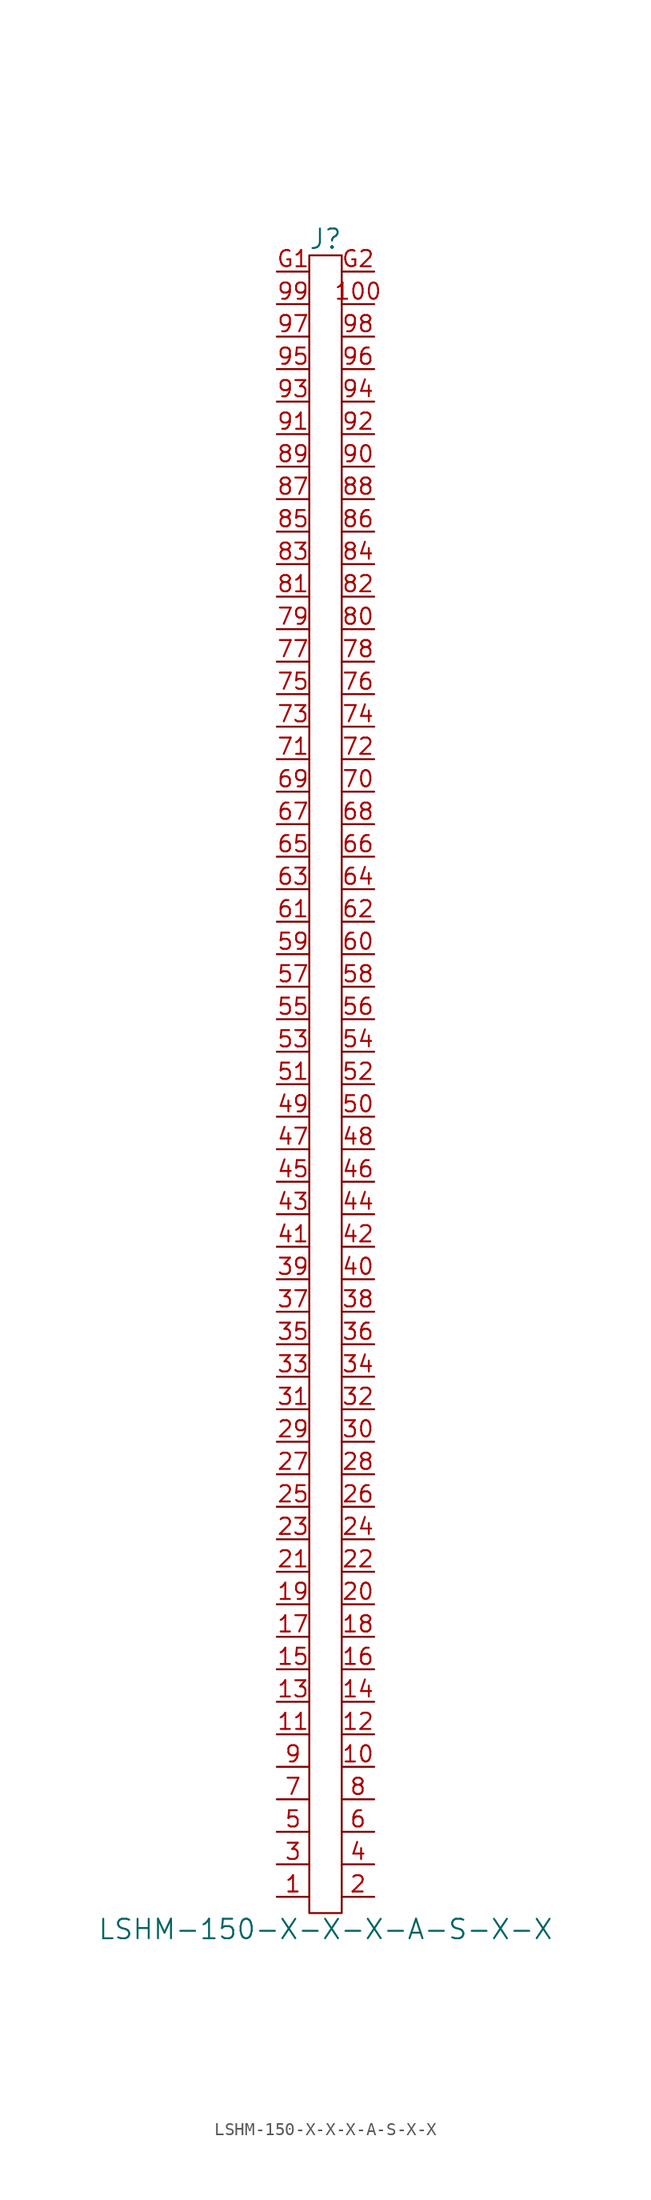
<source format=kicad_sym>
(kicad_symbol_lib
  (version 20241209)
  (generator "kicad_symbol_editor")
  (generator_version "9.0")
  (symbol "LSHM-150-X-X-X-A-S-X-X"
    (property "Reference" "J"
      (at 0 66.04 0)
      (effects (font (size 1.524 1.524))))
    (property "Value" "LSHM-150-X-X-X-A-S-X-X"
      (at 0 -66.04 0)
      (effects (font (size 1.524 1.524))))
    (symbol "LSHM-150-X-X-X-A-S-X-X_0_1"
      (rectangle (start -1.27 64.77) (end 1.27 -64.77) (stroke (width 0) (type default)) (fill (type none))))
    (symbol "LSHM-150-X-X-X-A-S-X-X_1_1"
      (pin passive line (at -3.81 63.5 0) (length 2.54) (name "~" (effects (font (size 1.27 1.27)))) (number "G1" (effects (font (size 1.27 1.27)))))
      (pin passive line (at -3.81 60.96 0) (length 2.54) (name "~" (effects (font (size 1.27 1.27)))) (number "99" (effects (font (size 1.27 1.27)))))
      (pin passive line (at -3.81 58.42 0) (length 2.54) (name "~" (effects (font (size 1.27 1.27)))) (number "97" (effects (font (size 1.27 1.27)))))
      (pin passive line (at -3.81 55.88 0) (length 2.54) (name "~" (effects (font (size 1.27 1.27)))) (number "95" (effects (font (size 1.27 1.27)))))
      (pin passive line (at -3.81 53.34 0) (length 2.54) (name "~" (effects (font (size 1.27 1.27)))) (number "93" (effects (font (size 1.27 1.27)))))
      (pin passive line (at -3.81 50.8 0) (length 2.54) (name "~" (effects (font (size 1.27 1.27)))) (number "91" (effects (font (size 1.27 1.27)))))
      (pin passive line (at -3.81 48.26 0) (length 2.54) (name "~" (effects (font (size 1.27 1.27)))) (number "89" (effects (font (size 1.27 1.27)))))
      (pin passive line (at -3.81 45.72 0) (length 2.54) (name "~" (effects (font (size 1.27 1.27)))) (number "87" (effects (font (size 1.27 1.27)))))
      (pin passive line (at -3.81 43.18 0) (length 2.54) (name "~" (effects (font (size 1.27 1.27)))) (number "85" (effects (font (size 1.27 1.27)))))
      (pin passive line (at -3.81 40.64 0) (length 2.54) (name "~" (effects (font (size 1.27 1.27)))) (number "83" (effects (font (size 1.27 1.27)))))
      (pin passive line (at -3.81 38.1 0) (length 2.54) (name "~" (effects (font (size 1.27 1.27)))) (number "81" (effects (font (size 1.27 1.27)))))
      (pin passive line (at -3.81 35.56 0) (length 2.54) (name "~" (effects (font (size 1.27 1.27)))) (number "79" (effects (font (size 1.27 1.27)))))
      (pin passive line (at -3.81 33.02 0) (length 2.54) (name "~" (effects (font (size 1.27 1.27)))) (number "77" (effects (font (size 1.27 1.27)))))
      (pin passive line (at -3.81 30.48 0) (length 2.54) (name "~" (effects (font (size 1.27 1.27)))) (number "75" (effects (font (size 1.27 1.27)))))
      (pin passive line (at -3.81 27.94 0) (length 2.54) (name "~" (effects (font (size 1.27 1.27)))) (number "73" (effects (font (size 1.27 1.27)))))
      (pin passive line (at -3.81 25.4 0) (length 2.54) (name "~" (effects (font (size 1.27 1.27)))) (number "71" (effects (font (size 1.27 1.27)))))
      (pin passive line (at -3.81 22.86 0) (length 2.54) (name "~" (effects (font (size 1.27 1.27)))) (number "69" (effects (font (size 1.27 1.27)))))
      (pin passive line (at -3.81 20.32 0) (length 2.54) (name "~" (effects (font (size 1.27 1.27)))) (number "67" (effects (font (size 1.27 1.27)))))
      (pin passive line (at -3.81 17.78 0) (length 2.54) (name "~" (effects (font (size 1.27 1.27)))) (number "65" (effects (font (size 1.27 1.27)))))
      (pin passive line (at -3.81 15.24 0) (length 2.54) (name "~" (effects (font (size 1.27 1.27)))) (number "63" (effects (font (size 1.27 1.27)))))
      (pin passive line (at -3.81 12.7 0) (length 2.54) (name "~" (effects (font (size 1.27 1.27)))) (number "61" (effects (font (size 1.27 1.27)))))
      (pin passive line (at -3.81 10.16 0) (length 2.54) (name "~" (effects (font (size 1.27 1.27)))) (number "59" (effects (font (size 1.27 1.27)))))
      (pin passive line (at -3.81 7.62 0) (length 2.54) (name "~" (effects (font (size 1.27 1.27)))) (number "57" (effects (font (size 1.27 1.27)))))
      (pin passive line (at -3.81 5.08 0) (length 2.54) (name "~" (effects (font (size 1.27 1.27)))) (number "55" (effects (font (size 1.27 1.27)))))
      (pin passive line (at -3.81 2.54 0) (length 2.54) (name "~" (effects (font (size 1.27 1.27)))) (number "53" (effects (font (size 1.27 1.27)))))
      (pin passive line (at -3.81 0 0) (length 2.54) (name "~" (effects (font (size 1.27 1.27)))) (number "51" (effects (font (size 1.27 1.27)))))
      (pin passive line (at -3.81 -2.54 0) (length 2.54) (name "~" (effects (font (size 1.27 1.27)))) (number "49" (effects (font (size 1.27 1.27)))))
      (pin passive line (at -3.81 -5.08 0) (length 2.54) (name "~" (effects (font (size 1.27 1.27)))) (number "47" (effects (font (size 1.27 1.27)))))
      (pin passive line (at -3.81 -7.62 0) (length 2.54) (name "~" (effects (font (size 1.27 1.27)))) (number "45" (effects (font (size 1.27 1.27)))))
      (pin passive line (at -3.81 -10.16 0) (length 2.54) (name "~" (effects (font (size 1.27 1.27)))) (number "43" (effects (font (size 1.27 1.27)))))
      (pin passive line (at -3.81 -12.7 0) (length 2.54) (name "~" (effects (font (size 1.27 1.27)))) (number "41" (effects (font (size 1.27 1.27)))))
      (pin passive line (at -3.81 -15.24 0) (length 2.54) (name "~" (effects (font (size 1.27 1.27)))) (number "39" (effects (font (size 1.27 1.27)))))
      (pin passive line (at -3.81 -17.78 0) (length 2.54) (name "~" (effects (font (size 1.27 1.27)))) (number "37" (effects (font (size 1.27 1.27)))))
      (pin passive line (at -3.81 -20.32 0) (length 2.54) (name "~" (effects (font (size 1.27 1.27)))) (number "35" (effects (font (size 1.27 1.27)))))
      (pin passive line (at -3.81 -22.86 0) (length 2.54) (name "~" (effects (font (size 1.27 1.27)))) (number "33" (effects (font (size 1.27 1.27)))))
      (pin passive line (at -3.81 -25.4 0) (length 2.54) (name "~" (effects (font (size 1.27 1.27)))) (number "31" (effects (font (size 1.27 1.27)))))
      (pin passive line (at -3.81 -27.94 0) (length 2.54) (name "~" (effects (font (size 1.27 1.27)))) (number "29" (effects (font (size 1.27 1.27)))))
      (pin passive line (at -3.81 -30.48 0) (length 2.54) (name "~" (effects (font (size 1.27 1.27)))) (number "27" (effects (font (size 1.27 1.27)))))
      (pin passive line (at -3.81 -33.02 0) (length 2.54) (name "~" (effects (font (size 1.27 1.27)))) (number "25" (effects (font (size 1.27 1.27)))))
      (pin passive line (at -3.81 -35.56 0) (length 2.54) (name "~" (effects (font (size 1.27 1.27)))) (number "23" (effects (font (size 1.27 1.27)))))
      (pin passive line (at -3.81 -38.1 0) (length 2.54) (name "~" (effects (font (size 1.27 1.27)))) (number "21" (effects (font (size 1.27 1.27)))))
      (pin passive line (at -3.81 -40.64 0) (length 2.54) (name "~" (effects (font (size 1.27 1.27)))) (number "19" (effects (font (size 1.27 1.27)))))
      (pin passive line (at -3.81 -43.18 0) (length 2.54) (name "~" (effects (font (size 1.27 1.27)))) (number "17" (effects (font (size 1.27 1.27)))))
      (pin passive line (at -3.81 -45.72 0) (length 2.54) (name "~" (effects (font (size 1.27 1.27)))) (number "15" (effects (font (size 1.27 1.27)))))
      (pin passive line (at -3.81 -48.26 0) (length 2.54) (name "~" (effects (font (size 1.27 1.27)))) (number "13" (effects (font (size 1.27 1.27)))))
      (pin passive line (at -3.81 -50.8 0) (length 2.54) (name "~" (effects (font (size 1.27 1.27)))) (number "11" (effects (font (size 1.27 1.27)))))
      (pin passive line (at -3.81 -53.34 0) (length 2.54) (name "~" (effects (font (size 1.27 1.27)))) (number "9" (effects (font (size 1.27 1.27)))))
      (pin passive line (at -3.81 -55.88 0) (length 2.54) (name "~" (effects (font (size 1.27 1.27)))) (number "7" (effects (font (size 1.27 1.27)))))
      (pin passive line (at -3.81 -58.42 0) (length 2.54) (name "~" (effects (font (size 1.27 1.27)))) (number "5" (effects (font (size 1.27 1.27)))))
      (pin passive line (at -3.81 -60.96 0) (length 2.54) (name "~" (effects (font (size 1.27 1.27)))) (number "3" (effects (font (size 1.27 1.27)))))
      (pin passive line (at -3.81 -63.5 0) (length 2.54) (name "~" (effects (font (size 1.27 1.27)))) (number "1" (effects (font (size 1.27 1.27)))))
      (pin passive line (at 3.81 63.5 180) (length 2.54) (name "~" (effects (font (size 1.27 1.27)))) (number "G2" (effects (font (size 1.27 1.27)))))
      (pin passive line (at 3.81 60.96 180) (length 2.54) (name "~" (effects (font (size 1.27 1.27)))) (number "100" (effects (font (size 1.27 1.27)))))
      (pin passive line (at 3.81 58.42 180) (length 2.54) (name "~" (effects (font (size 1.27 1.27)))) (number "98" (effects (font (size 1.27 1.27)))))
      (pin passive line (at 3.81 55.88 180) (length 2.54) (name "~" (effects (font (size 1.27 1.27)))) (number "96" (effects (font (size 1.27 1.27)))))
      (pin passive line (at 3.81 53.34 180) (length 2.54) (name "~" (effects (font (size 1.27 1.27)))) (number "94" (effects (font (size 1.27 1.27)))))
      (pin passive line (at 3.81 50.8 180) (length 2.54) (name "~" (effects (font (size 1.27 1.27)))) (number "92" (effects (font (size 1.27 1.27)))))
      (pin passive line (at 3.81 48.26 180) (length 2.54) (name "~" (effects (font (size 1.27 1.27)))) (number "90" (effects (font (size 1.27 1.27)))))
      (pin passive line (at 3.81 45.72 180) (length 2.54) (name "~" (effects (font (size 1.27 1.27)))) (number "88" (effects (font (size 1.27 1.27)))))
      (pin passive line (at 3.81 43.18 180) (length 2.54) (name "~" (effects (font (size 1.27 1.27)))) (number "86" (effects (font (size 1.27 1.27)))))
      (pin passive line (at 3.81 40.64 180) (length 2.54) (name "~" (effects (font (size 1.27 1.27)))) (number "84" (effects (font (size 1.27 1.27)))))
      (pin passive line (at 3.81 38.1 180) (length 2.54) (name "~" (effects (font (size 1.27 1.27)))) (number "82" (effects (font (size 1.27 1.27)))))
      (pin passive line (at 3.81 35.56 180) (length 2.54) (name "~" (effects (font (size 1.27 1.27)))) (number "80" (effects (font (size 1.27 1.27)))))
      (pin passive line (at 3.81 33.02 180) (length 2.54) (name "~" (effects (font (size 1.27 1.27)))) (number "78" (effects (font (size 1.27 1.27)))))
      (pin passive line (at 3.81 30.48 180) (length 2.54) (name "~" (effects (font (size 1.27 1.27)))) (number "76" (effects (font (size 1.27 1.27)))))
      (pin passive line (at 3.81 27.94 180) (length 2.54) (name "~" (effects (font (size 1.27 1.27)))) (number "74" (effects (font (size 1.27 1.27)))))
      (pin passive line (at 3.81 25.4 180) (length 2.54) (name "~" (effects (font (size 1.27 1.27)))) (number "72" (effects (font (size 1.27 1.27)))))
      (pin passive line (at 3.81 22.86 180) (length 2.54) (name "~" (effects (font (size 1.27 1.27)))) (number "70" (effects (font (size 1.27 1.27)))))
      (pin passive line (at 3.81 20.32 180) (length 2.54) (name "~" (effects (font (size 1.27 1.27)))) (number "68" (effects (font (size 1.27 1.27)))))
      (pin passive line (at 3.81 17.78 180) (length 2.54) (name "~" (effects (font (size 1.27 1.27)))) (number "66" (effects (font (size 1.27 1.27)))))
      (pin passive line (at 3.81 15.24 180) (length 2.54) (name "~" (effects (font (size 1.27 1.27)))) (number "64" (effects (font (size 1.27 1.27)))))
      (pin passive line (at 3.81 12.7 180) (length 2.54) (name "~" (effects (font (size 1.27 1.27)))) (number "62" (effects (font (size 1.27 1.27)))))
      (pin passive line (at 3.81 10.16 180) (length 2.54) (name "~" (effects (font (size 1.27 1.27)))) (number "60" (effects (font (size 1.27 1.27)))))
      (pin passive line (at 3.81 7.62 180) (length 2.54) (name "~" (effects (font (size 1.27 1.27)))) (number "58" (effects (font (size 1.27 1.27)))))
      (pin passive line (at 3.81 5.08 180) (length 2.54) (name "~" (effects (font (size 1.27 1.27)))) (number "56" (effects (font (size 1.27 1.27)))))
      (pin passive line (at 3.81 2.54 180) (length 2.54) (name "~" (effects (font (size 1.27 1.27)))) (number "54" (effects (font (size 1.27 1.27)))))
      (pin passive line (at 3.81 0 180) (length 2.54) (name "~" (effects (font (size 1.27 1.27)))) (number "52" (effects (font (size 1.27 1.27)))))
      (pin passive line (at 3.81 -2.54 180) (length 2.54) (name "~" (effects (font (size 1.27 1.27)))) (number "50" (effects (font (size 1.27 1.27)))))
      (pin passive line (at 3.81 -5.08 180) (length 2.54) (name "~" (effects (font (size 1.27 1.27)))) (number "48" (effects (font (size 1.27 1.27)))))
      (pin passive line (at 3.81 -7.62 180) (length 2.54) (name "~" (effects (font (size 1.27 1.27)))) (number "46" (effects (font (size 1.27 1.27)))))
      (pin passive line (at 3.81 -10.16 180) (length 2.54) (name "~" (effects (font (size 1.27 1.27)))) (number "44" (effects (font (size 1.27 1.27)))))
      (pin passive line (at 3.81 -12.7 180) (length 2.54) (name "~" (effects (font (size 1.27 1.27)))) (number "42" (effects (font (size 1.27 1.27)))))
      (pin passive line (at 3.81 -15.24 180) (length 2.54) (name "~" (effects (font (size 1.27 1.27)))) (number "40" (effects (font (size 1.27 1.27)))))
      (pin passive line (at 3.81 -17.78 180) (length 2.54) (name "~" (effects (font (size 1.27 1.27)))) (number "38" (effects (font (size 1.27 1.27)))))
      (pin passive line (at 3.81 -20.32 180) (length 2.54) (name "~" (effects (font (size 1.27 1.27)))) (number "36" (effects (font (size 1.27 1.27)))))
      (pin passive line (at 3.81 -22.86 180) (length 2.54) (name "~" (effects (font (size 1.27 1.27)))) (number "34" (effects (font (size 1.27 1.27)))))
      (pin passive line (at 3.81 -25.4 180) (length 2.54) (name "~" (effects (font (size 1.27 1.27)))) (number "32" (effects (font (size 1.27 1.27)))))
      (pin passive line (at 3.81 -27.94 180) (length 2.54) (name "~" (effects (font (size 1.27 1.27)))) (number "30" (effects (font (size 1.27 1.27)))))
      (pin passive line (at 3.81 -30.48 180) (length 2.54) (name "~" (effects (font (size 1.27 1.27)))) (number "28" (effects (font (size 1.27 1.27)))))
      (pin passive line (at 3.81 -33.02 180) (length 2.54) (name "~" (effects (font (size 1.27 1.27)))) (number "26" (effects (font (size 1.27 1.27)))))
      (pin passive line (at 3.81 -35.56 180) (length 2.54) (name "~" (effects (font (size 1.27 1.27)))) (number "24" (effects (font (size 1.27 1.27)))))
      (pin passive line (at 3.81 -38.1 180) (length 2.54) (name "~" (effects (font (size 1.27 1.27)))) (number "22" (effects (font (size 1.27 1.27)))))
      (pin passive line (at 3.81 -40.64 180) (length 2.54) (name "~" (effects (font (size 1.27 1.27)))) (number "20" (effects (font (size 1.27 1.27)))))
      (pin passive line (at 3.81 -43.18 180) (length 2.54) (name "~" (effects (font (size 1.27 1.27)))) (number "18" (effects (font (size 1.27 1.27)))))
      (pin passive line (at 3.81 -45.72 180) (length 2.54) (name "~" (effects (font (size 1.27 1.27)))) (number "16" (effects (font (size 1.27 1.27)))))
      (pin passive line (at 3.81 -48.26 180) (length 2.54) (name "~" (effects (font (size 1.27 1.27)))) (number "14" (effects (font (size 1.27 1.27)))))
      (pin passive line (at 3.81 -50.8 180) (length 2.54) (name "~" (effects (font (size 1.27 1.27)))) (number "12" (effects (font (size 1.27 1.27)))))
      (pin passive line (at 3.81 -53.34 180) (length 2.54) (name "~" (effects (font (size 1.27 1.27)))) (number "10" (effects (font (size 1.27 1.27)))))
      (pin passive line (at 3.81 -55.88 180) (length 2.54) (name "~" (effects (font (size 1.27 1.27)))) (number "8" (effects (font (size 1.27 1.27)))))
      (pin passive line (at 3.81 -58.42 180) (length 2.54) (name "~" (effects (font (size 1.27 1.27)))) (number "6" (effects (font (size 1.27 1.27)))))
      (pin passive line (at 3.81 -60.96 180) (length 2.54) (name "~" (effects (font (size 1.27 1.27)))) (number "4" (effects (font (size 1.27 1.27)))))
      (pin passive line (at 3.81 -63.5 180) (length 2.54) (name "~" (effects (font (size 1.27 1.27)))) (number "2" (effects (font (size 1.27 1.27))))))))
</source>
